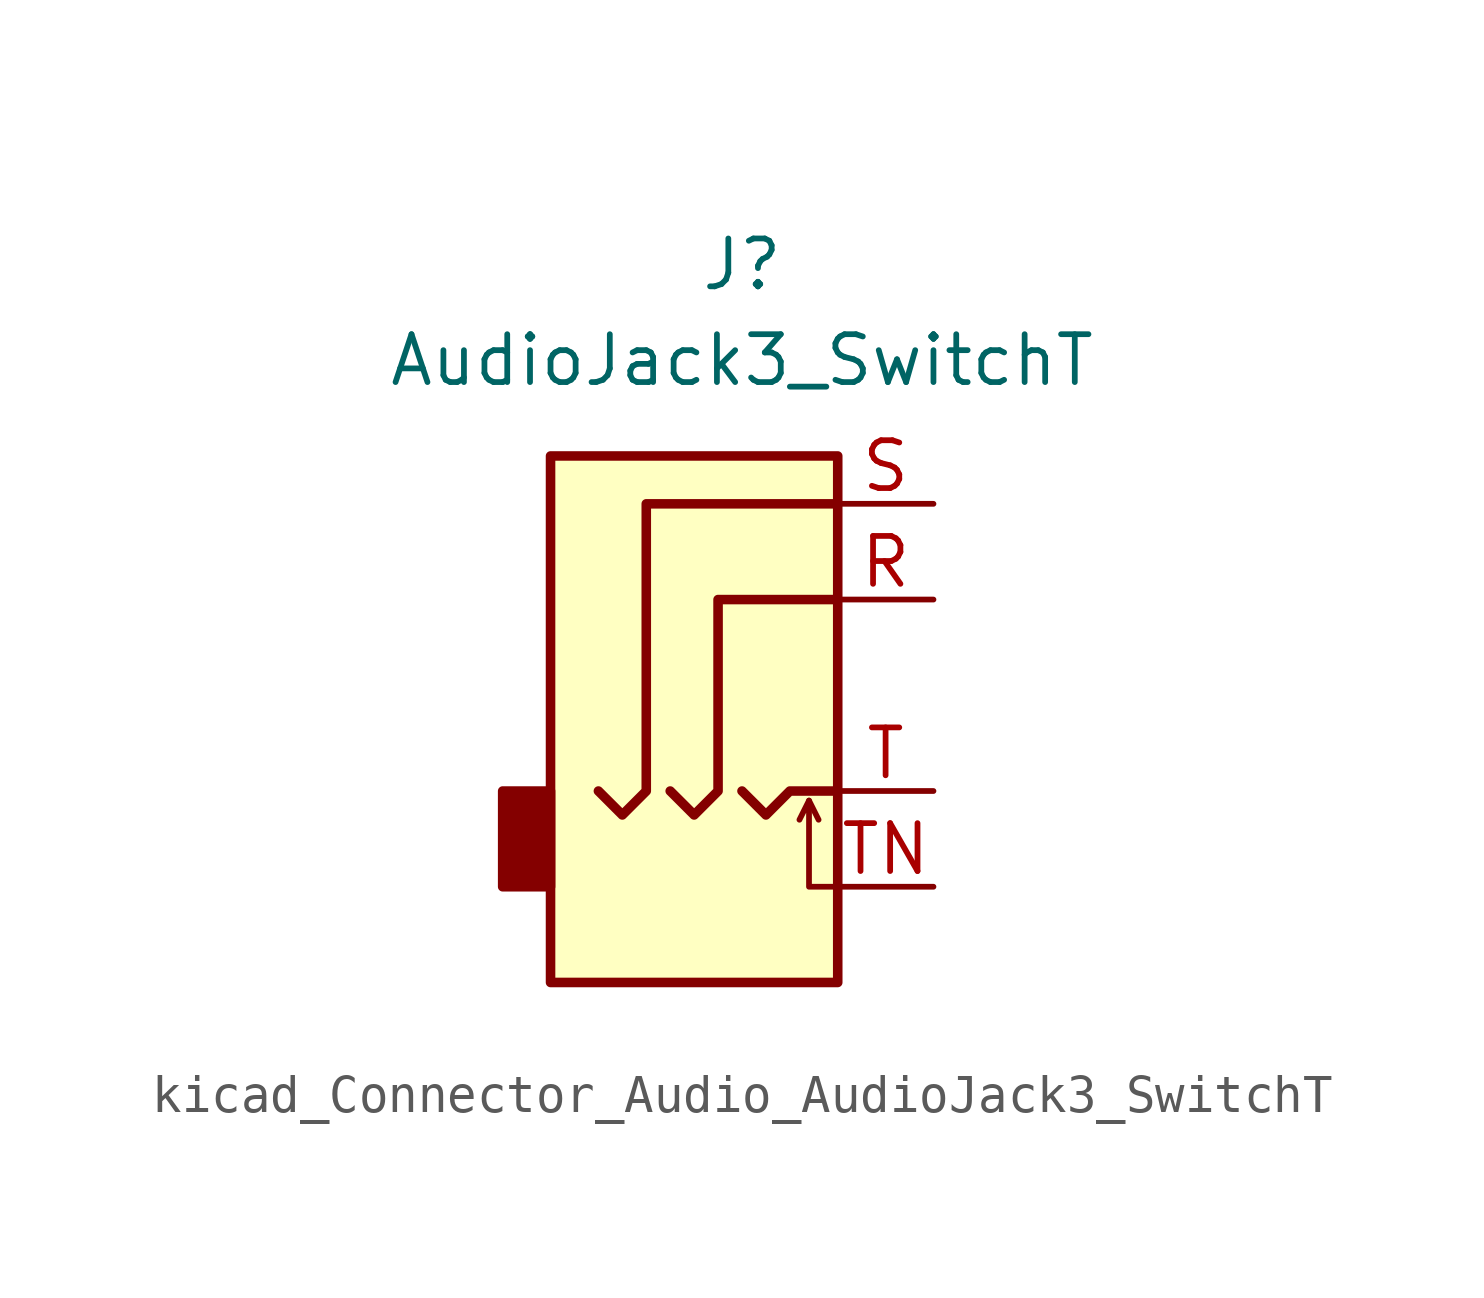
<source format=kicad_sym>
(kicad_symbol_lib
  (version 20220914)
  (generator kicad_symbol_editor)
  (symbol "kicad_Connector_Audio_AudioJack3_SwitchT"
    (property "Reference" "J"
      (at 0 8.89 0)
      (effects (font (size 1.27 1.27))))
    (property "Value" "AudioJack3_SwitchT"
      (at 0 6.35 0)
      (effects (font (size 1.27 1.27))))
    (symbol "kicad_Connector_Audio_AudioJack3_SwitchT_0_1"
      (rectangle (start -5.08 -5.08) (end -6.35 -7.62) (stroke (width 0.254) (type default)) (fill (type outline)))
      (polyline (pts (xy 1.778 -5.334) (xy 2.032 -5.842)) (stroke (width 0) (type default)) (fill (type none)))
      (polyline (pts (xy 0 -5.08) (xy 0.635 -5.715) (xy 1.27 -5.08) (xy 2.54 -5.08)) (stroke (width 0.254) (type default)) (fill (type none)))
      (polyline (pts (xy 2.54 -7.62) (xy 1.778 -7.62) (xy 1.778 -5.334) (xy 1.524 -5.842)) (stroke (width 0) (type default)) (fill (type none)))
      (polyline (pts (xy -1.905 -5.08) (xy -1.27 -5.715) (xy -0.635 -5.08) (xy -0.635 0) (xy 2.54 0)) (stroke (width 0.254) (type default)) (fill (type none)))
      (polyline (pts (xy 2.54 2.54) (xy -2.54 2.54) (xy -2.54 -5.08) (xy -3.175 -5.715) (xy -3.81 -5.08)) (stroke (width 0.254) (type default)) (fill (type none)))
      (rectangle (start 2.54 3.81) (end -5.08 -10.16) (stroke (width 0.254) (type default)) (fill (type background))))
    (symbol "kicad_Connector_Audio_AudioJack3_SwitchT_1_1"
      (pin passive line (at 5.08 0 180) (length 2.54) (name "~" (effects (font (size 1.27 1.27)))) (number "R" (effects (font (size 1.27 1.27)))))
      (pin passive line (at 5.08 2.54 180) (length 2.54) (name "~" (effects (font (size 1.27 1.27)))) (number "S" (effects (font (size 1.27 1.27)))))
      (pin passive line (at 5.08 -5.08 180) (length 2.54) (name "~" (effects (font (size 1.27 1.27)))) (number "T" (effects (font (size 1.27 1.27)))))
      (pin passive line (at 5.08 -7.62 180) (length 2.54) (name "~" (effects (font (size 1.27 1.27)))) (number "TN" (effects (font (size 1.27 1.27))))))))
</source>
